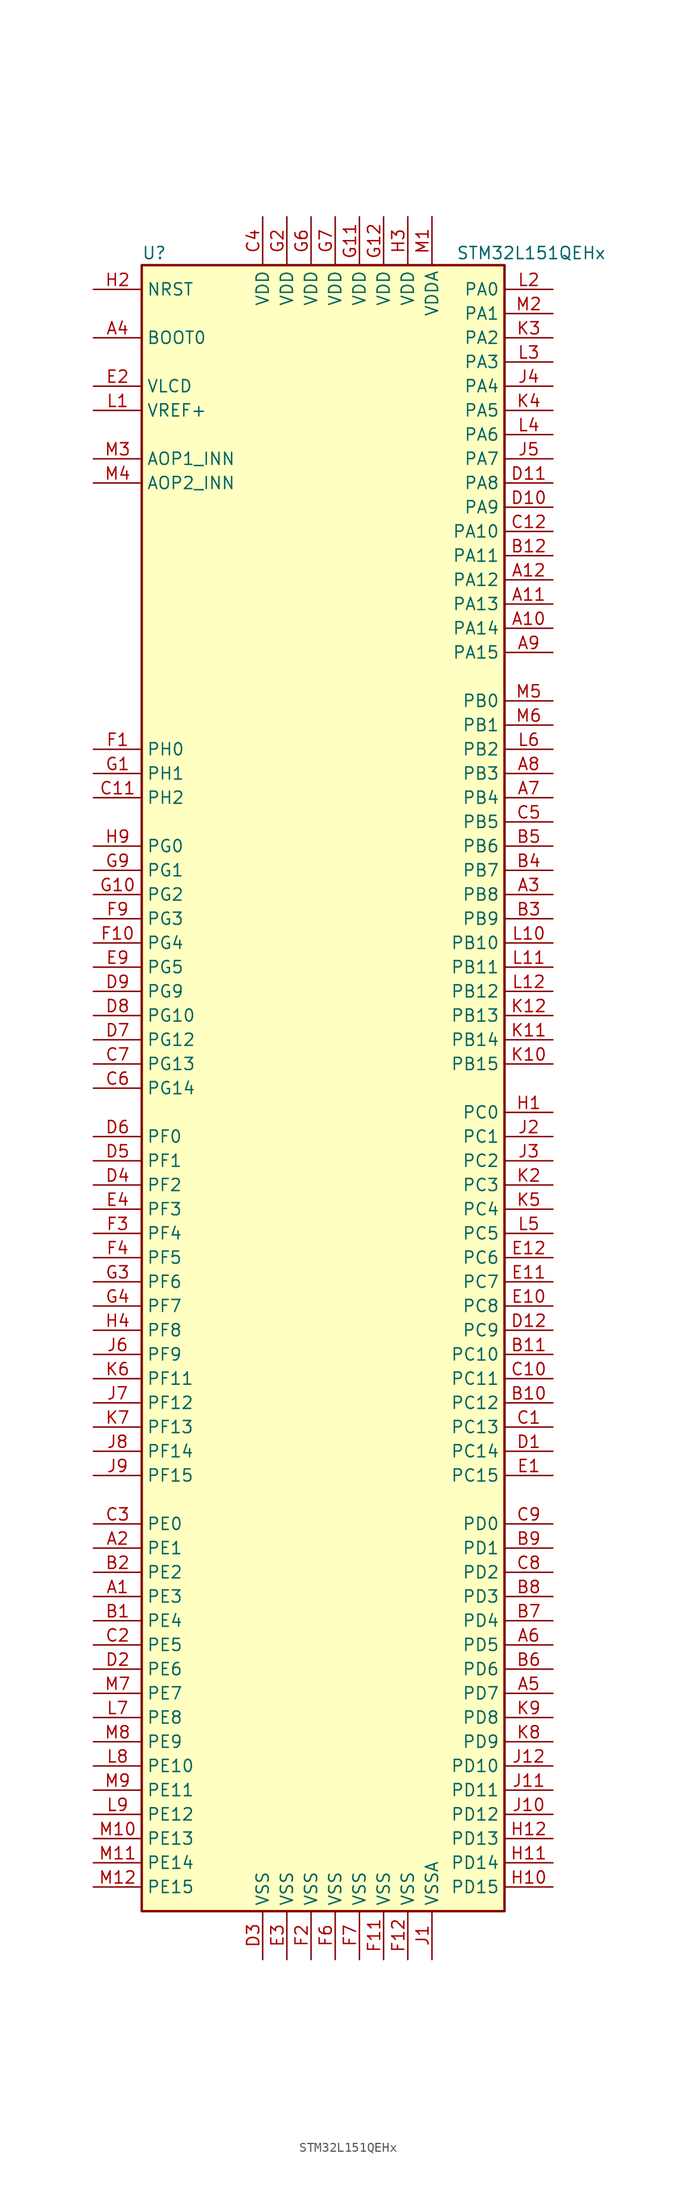
<source format=kicad_sym>
(kicad_symbol_lib
  (version 20201005)
  (generator kicad_symbol_editor)
  (symbol "STM32L151QEHx"
    (property "Reference" "U"
      (at -20.32 87.63 0)
      (effects (font (size 1.27 1.27)) (justify left)))
    (property "Value" "STM32L151QEHx"
      (at 12.7 87.63 0)
      (effects (font (size 1.27 1.27)) (justify left)))
    (symbol "STM32L151QEHx_0_1"
      (rectangle (start -20.32 -86.36) (end 17.78 86.36) (stroke (width 0.254)) (fill (type background))))
    (symbol "STM32L151QEHx_1_1"
      (pin bidirectional line (at -25.4 66.04 0) (length 5.08) (name "AOP1_INN" (effects (font (size 1.27 1.27)))) (number "M3" (effects (font (size 1.27 1.27)))))
      (pin bidirectional line (at -25.4 63.5 0) (length 5.08) (name "AOP2_INN" (effects (font (size 1.27 1.27)))) (number "M4" (effects (font (size 1.27 1.27)))))
      (pin input line (at -25.4 78.74 0) (length 5.08) (name "BOOT0" (effects (font (size 1.27 1.27)))) (number "A4" (effects (font (size 1.27 1.27)))))
      (pin no_connect line (at -20.32 -83.82 0) (length 5.08) hide (name "NC" (effects (font (size 1.27 1.27)))) (number "K1" (effects (font (size 1.27 1.27)))))
      (pin input line (at -25.4 83.82 0) (length 5.08) (name "NRST" (effects (font (size 1.27 1.27)))) (number "H2" (effects (font (size 1.27 1.27)))))
      (pin bidirectional line (at 22.86 83.82 180) (length 5.08) (name "PA0" (effects (font (size 1.27 1.27)))) (number "L2" (effects (font (size 1.27 1.27)))))
      (pin bidirectional line (at 22.86 81.28 180) (length 5.08) (name "PA1" (effects (font (size 1.27 1.27)))) (number "M2" (effects (font (size 1.27 1.27)))))
      (pin bidirectional line (at 22.86 58.42 180) (length 5.08) (name "PA10" (effects (font (size 1.27 1.27)))) (number "C12" (effects (font (size 1.27 1.27)))))
      (pin bidirectional line (at 22.86 55.88 180) (length 5.08) (name "PA11" (effects (font (size 1.27 1.27)))) (number "B12" (effects (font (size 1.27 1.27)))))
      (pin bidirectional line (at 22.86 53.34 180) (length 5.08) (name "PA12" (effects (font (size 1.27 1.27)))) (number "A12" (effects (font (size 1.27 1.27)))))
      (pin bidirectional line (at 22.86 50.8 180) (length 5.08) (name "PA13" (effects (font (size 1.27 1.27)))) (number "A11" (effects (font (size 1.27 1.27)))))
      (pin bidirectional line (at 22.86 48.26 180) (length 5.08) (name "PA14" (effects (font (size 1.27 1.27)))) (number "A10" (effects (font (size 1.27 1.27)))))
      (pin bidirectional line (at 22.86 45.72 180) (length 5.08) (name "PA15" (effects (font (size 1.27 1.27)))) (number "A9" (effects (font (size 1.27 1.27)))))
      (pin bidirectional line (at 22.86 78.74 180) (length 5.08) (name "PA2" (effects (font (size 1.27 1.27)))) (number "K3" (effects (font (size 1.27 1.27)))))
      (pin bidirectional line (at 22.86 76.2 180) (length 5.08) (name "PA3" (effects (font (size 1.27 1.27)))) (number "L3" (effects (font (size 1.27 1.27)))))
      (pin bidirectional line (at 22.86 73.66 180) (length 5.08) (name "PA4" (effects (font (size 1.27 1.27)))) (number "J4" (effects (font (size 1.27 1.27)))))
      (pin bidirectional line (at 22.86 71.12 180) (length 5.08) (name "PA5" (effects (font (size 1.27 1.27)))) (number "K4" (effects (font (size 1.27 1.27)))))
      (pin bidirectional line (at 22.86 68.58 180) (length 5.08) (name "PA6" (effects (font (size 1.27 1.27)))) (number "L4" (effects (font (size 1.27 1.27)))))
      (pin bidirectional line (at 22.86 66.04 180) (length 5.08) (name "PA7" (effects (font (size 1.27 1.27)))) (number "J5" (effects (font (size 1.27 1.27)))))
      (pin bidirectional line (at 22.86 63.5 180) (length 5.08) (name "PA8" (effects (font (size 1.27 1.27)))) (number "D11" (effects (font (size 1.27 1.27)))))
      (pin bidirectional line (at 22.86 60.96 180) (length 5.08) (name "PA9" (effects (font (size 1.27 1.27)))) (number "D10" (effects (font (size 1.27 1.27)))))
      (pin bidirectional line (at 22.86 40.64 180) (length 5.08) (name "PB0" (effects (font (size 1.27 1.27)))) (number "M5" (effects (font (size 1.27 1.27)))))
      (pin bidirectional line (at 22.86 38.1 180) (length 5.08) (name "PB1" (effects (font (size 1.27 1.27)))) (number "M6" (effects (font (size 1.27 1.27)))))
      (pin bidirectional line (at 22.86 15.24 180) (length 5.08) (name "PB10" (effects (font (size 1.27 1.27)))) (number "L10" (effects (font (size 1.27 1.27)))))
      (pin bidirectional line (at 22.86 12.7 180) (length 5.08) (name "PB11" (effects (font (size 1.27 1.27)))) (number "L11" (effects (font (size 1.27 1.27)))))
      (pin bidirectional line (at 22.86 10.16 180) (length 5.08) (name "PB12" (effects (font (size 1.27 1.27)))) (number "L12" (effects (font (size 1.27 1.27)))))
      (pin bidirectional line (at 22.86 7.62 180) (length 5.08) (name "PB13" (effects (font (size 1.27 1.27)))) (number "K12" (effects (font (size 1.27 1.27)))))
      (pin bidirectional line (at 22.86 5.08 180) (length 5.08) (name "PB14" (effects (font (size 1.27 1.27)))) (number "K11" (effects (font (size 1.27 1.27)))))
      (pin bidirectional line (at 22.86 2.54 180) (length 5.08) (name "PB15" (effects (font (size 1.27 1.27)))) (number "K10" (effects (font (size 1.27 1.27)))))
      (pin bidirectional line (at 22.86 35.56 180) (length 5.08) (name "PB2" (effects (font (size 1.27 1.27)))) (number "L6" (effects (font (size 1.27 1.27)))))
      (pin bidirectional line (at 22.86 33.02 180) (length 5.08) (name "PB3" (effects (font (size 1.27 1.27)))) (number "A8" (effects (font (size 1.27 1.27)))))
      (pin bidirectional line (at 22.86 30.48 180) (length 5.08) (name "PB4" (effects (font (size 1.27 1.27)))) (number "A7" (effects (font (size 1.27 1.27)))))
      (pin bidirectional line (at 22.86 27.94 180) (length 5.08) (name "PB5" (effects (font (size 1.27 1.27)))) (number "C5" (effects (font (size 1.27 1.27)))))
      (pin bidirectional line (at 22.86 25.4 180) (length 5.08) (name "PB6" (effects (font (size 1.27 1.27)))) (number "B5" (effects (font (size 1.27 1.27)))))
      (pin bidirectional line (at 22.86 22.86 180) (length 5.08) (name "PB7" (effects (font (size 1.27 1.27)))) (number "B4" (effects (font (size 1.27 1.27)))))
      (pin bidirectional line (at 22.86 20.32 180) (length 5.08) (name "PB8" (effects (font (size 1.27 1.27)))) (number "A3" (effects (font (size 1.27 1.27)))))
      (pin bidirectional line (at 22.86 17.78 180) (length 5.08) (name "PB9" (effects (font (size 1.27 1.27)))) (number "B3" (effects (font (size 1.27 1.27)))))
      (pin bidirectional line (at 22.86 -2.54 180) (length 5.08) (name "PC0" (effects (font (size 1.27 1.27)))) (number "H1" (effects (font (size 1.27 1.27)))))
      (pin bidirectional line (at 22.86 -5.08 180) (length 5.08) (name "PC1" (effects (font (size 1.27 1.27)))) (number "J2" (effects (font (size 1.27 1.27)))))
      (pin bidirectional line (at 22.86 -27.94 180) (length 5.08) (name "PC10" (effects (font (size 1.27 1.27)))) (number "B11" (effects (font (size 1.27 1.27)))))
      (pin bidirectional line (at 22.86 -30.48 180) (length 5.08) (name "PC11" (effects (font (size 1.27 1.27)))) (number "C10" (effects (font (size 1.27 1.27)))))
      (pin bidirectional line (at 22.86 -33.02 180) (length 5.08) (name "PC12" (effects (font (size 1.27 1.27)))) (number "B10" (effects (font (size 1.27 1.27)))))
      (pin bidirectional line (at 22.86 -35.56 180) (length 5.08) (name "PC13" (effects (font (size 1.27 1.27)))) (number "C1" (effects (font (size 1.27 1.27)))))
      (pin bidirectional line (at 22.86 -38.1 180) (length 5.08) (name "PC14" (effects (font (size 1.27 1.27)))) (number "D1" (effects (font (size 1.27 1.27)))))
      (pin bidirectional line (at 22.86 -40.64 180) (length 5.08) (name "PC15" (effects (font (size 1.27 1.27)))) (number "E1" (effects (font (size 1.27 1.27)))))
      (pin bidirectional line (at 22.86 -7.62 180) (length 5.08) (name "PC2" (effects (font (size 1.27 1.27)))) (number "J3" (effects (font (size 1.27 1.27)))))
      (pin bidirectional line (at 22.86 -10.16 180) (length 5.08) (name "PC3" (effects (font (size 1.27 1.27)))) (number "K2" (effects (font (size 1.27 1.27)))))
      (pin bidirectional line (at 22.86 -12.7 180) (length 5.08) (name "PC4" (effects (font (size 1.27 1.27)))) (number "K5" (effects (font (size 1.27 1.27)))))
      (pin bidirectional line (at 22.86 -15.24 180) (length 5.08) (name "PC5" (effects (font (size 1.27 1.27)))) (number "L5" (effects (font (size 1.27 1.27)))))
      (pin bidirectional line (at 22.86 -17.78 180) (length 5.08) (name "PC6" (effects (font (size 1.27 1.27)))) (number "E12" (effects (font (size 1.27 1.27)))))
      (pin bidirectional line (at 22.86 -20.32 180) (length 5.08) (name "PC7" (effects (font (size 1.27 1.27)))) (number "E11" (effects (font (size 1.27 1.27)))))
      (pin bidirectional line (at 22.86 -22.86 180) (length 5.08) (name "PC8" (effects (font (size 1.27 1.27)))) (number "E10" (effects (font (size 1.27 1.27)))))
      (pin bidirectional line (at 22.86 -25.4 180) (length 5.08) (name "PC9" (effects (font (size 1.27 1.27)))) (number "D12" (effects (font (size 1.27 1.27)))))
      (pin bidirectional line (at 22.86 -45.72 180) (length 5.08) (name "PD0" (effects (font (size 1.27 1.27)))) (number "C9" (effects (font (size 1.27 1.27)))))
      (pin bidirectional line (at 22.86 -48.26 180) (length 5.08) (name "PD1" (effects (font (size 1.27 1.27)))) (number "B9" (effects (font (size 1.27 1.27)))))
      (pin bidirectional line (at 22.86 -71.12 180) (length 5.08) (name "PD10" (effects (font (size 1.27 1.27)))) (number "J12" (effects (font (size 1.27 1.27)))))
      (pin bidirectional line (at 22.86 -73.66 180) (length 5.08) (name "PD11" (effects (font (size 1.27 1.27)))) (number "J11" (effects (font (size 1.27 1.27)))))
      (pin bidirectional line (at 22.86 -76.2 180) (length 5.08) (name "PD12" (effects (font (size 1.27 1.27)))) (number "J10" (effects (font (size 1.27 1.27)))))
      (pin bidirectional line (at 22.86 -78.74 180) (length 5.08) (name "PD13" (effects (font (size 1.27 1.27)))) (number "H12" (effects (font (size 1.27 1.27)))))
      (pin bidirectional line (at 22.86 -81.28 180) (length 5.08) (name "PD14" (effects (font (size 1.27 1.27)))) (number "H11" (effects (font (size 1.27 1.27)))))
      (pin bidirectional line (at 22.86 -83.82 180) (length 5.08) (name "PD15" (effects (font (size 1.27 1.27)))) (number "H10" (effects (font (size 1.27 1.27)))))
      (pin bidirectional line (at 22.86 -50.8 180) (length 5.08) (name "PD2" (effects (font (size 1.27 1.27)))) (number "C8" (effects (font (size 1.27 1.27)))))
      (pin bidirectional line (at 22.86 -53.34 180) (length 5.08) (name "PD3" (effects (font (size 1.27 1.27)))) (number "B8" (effects (font (size 1.27 1.27)))))
      (pin bidirectional line (at 22.86 -55.88 180) (length 5.08) (name "PD4" (effects (font (size 1.27 1.27)))) (number "B7" (effects (font (size 1.27 1.27)))))
      (pin bidirectional line (at 22.86 -58.42 180) (length 5.08) (name "PD5" (effects (font (size 1.27 1.27)))) (number "A6" (effects (font (size 1.27 1.27)))))
      (pin bidirectional line (at 22.86 -60.96 180) (length 5.08) (name "PD6" (effects (font (size 1.27 1.27)))) (number "B6" (effects (font (size 1.27 1.27)))))
      (pin bidirectional line (at 22.86 -63.5 180) (length 5.08) (name "PD7" (effects (font (size 1.27 1.27)))) (number "A5" (effects (font (size 1.27 1.27)))))
      (pin bidirectional line (at 22.86 -66.04 180) (length 5.08) (name "PD8" (effects (font (size 1.27 1.27)))) (number "K9" (effects (font (size 1.27 1.27)))))
      (pin bidirectional line (at 22.86 -68.58 180) (length 5.08) (name "PD9" (effects (font (size 1.27 1.27)))) (number "K8" (effects (font (size 1.27 1.27)))))
      (pin bidirectional line (at -25.4 -45.72 0) (length 5.08) (name "PE0" (effects (font (size 1.27 1.27)))) (number "C3" (effects (font (size 1.27 1.27)))))
      (pin bidirectional line (at -25.4 -48.26 0) (length 5.08) (name "PE1" (effects (font (size 1.27 1.27)))) (number "A2" (effects (font (size 1.27 1.27)))))
      (pin bidirectional line (at -25.4 -71.12 0) (length 5.08) (name "PE10" (effects (font (size 1.27 1.27)))) (number "L8" (effects (font (size 1.27 1.27)))))
      (pin bidirectional line (at -25.4 -73.66 0) (length 5.08) (name "PE11" (effects (font (size 1.27 1.27)))) (number "M9" (effects (font (size 1.27 1.27)))))
      (pin bidirectional line (at -25.4 -76.2 0) (length 5.08) (name "PE12" (effects (font (size 1.27 1.27)))) (number "L9" (effects (font (size 1.27 1.27)))))
      (pin bidirectional line (at -25.4 -78.74 0) (length 5.08) (name "PE13" (effects (font (size 1.27 1.27)))) (number "M10" (effects (font (size 1.27 1.27)))))
      (pin bidirectional line (at -25.4 -81.28 0) (length 5.08) (name "PE14" (effects (font (size 1.27 1.27)))) (number "M11" (effects (font (size 1.27 1.27)))))
      (pin bidirectional line (at -25.4 -83.82 0) (length 5.08) (name "PE15" (effects (font (size 1.27 1.27)))) (number "M12" (effects (font (size 1.27 1.27)))))
      (pin bidirectional line (at -25.4 -50.8 0) (length 5.08) (name "PE2" (effects (font (size 1.27 1.27)))) (number "B2" (effects (font (size 1.27 1.27)))))
      (pin bidirectional line (at -25.4 -53.34 0) (length 5.08) (name "PE3" (effects (font (size 1.27 1.27)))) (number "A1" (effects (font (size 1.27 1.27)))))
      (pin bidirectional line (at -25.4 -55.88 0) (length 5.08) (name "PE4" (effects (font (size 1.27 1.27)))) (number "B1" (effects (font (size 1.27 1.27)))))
      (pin bidirectional line (at -25.4 -58.42 0) (length 5.08) (name "PE5" (effects (font (size 1.27 1.27)))) (number "C2" (effects (font (size 1.27 1.27)))))
      (pin bidirectional line (at -25.4 -60.96 0) (length 5.08) (name "PE6" (effects (font (size 1.27 1.27)))) (number "D2" (effects (font (size 1.27 1.27)))))
      (pin bidirectional line (at -25.4 -63.5 0) (length 5.08) (name "PE7" (effects (font (size 1.27 1.27)))) (number "M7" (effects (font (size 1.27 1.27)))))
      (pin bidirectional line (at -25.4 -66.04 0) (length 5.08) (name "PE8" (effects (font (size 1.27 1.27)))) (number "L7" (effects (font (size 1.27 1.27)))))
      (pin bidirectional line (at -25.4 -68.58 0) (length 5.08) (name "PE9" (effects (font (size 1.27 1.27)))) (number "M8" (effects (font (size 1.27 1.27)))))
      (pin bidirectional line (at -25.4 -5.08 0) (length 5.08) (name "PF0" (effects (font (size 1.27 1.27)))) (number "D6" (effects (font (size 1.27 1.27)))))
      (pin bidirectional line (at -25.4 -7.62 0) (length 5.08) (name "PF1" (effects (font (size 1.27 1.27)))) (number "D5" (effects (font (size 1.27 1.27)))))
      (pin bidirectional line (at -25.4 -30.48 0) (length 5.08) (name "PF11" (effects (font (size 1.27 1.27)))) (number "K6" (effects (font (size 1.27 1.27)))))
      (pin bidirectional line (at -25.4 -33.02 0) (length 5.08) (name "PF12" (effects (font (size 1.27 1.27)))) (number "J7" (effects (font (size 1.27 1.27)))))
      (pin bidirectional line (at -25.4 -35.56 0) (length 5.08) (name "PF13" (effects (font (size 1.27 1.27)))) (number "K7" (effects (font (size 1.27 1.27)))))
      (pin bidirectional line (at -25.4 -38.1 0) (length 5.08) (name "PF14" (effects (font (size 1.27 1.27)))) (number "J8" (effects (font (size 1.27 1.27)))))
      (pin bidirectional line (at -25.4 -40.64 0) (length 5.08) (name "PF15" (effects (font (size 1.27 1.27)))) (number "J9" (effects (font (size 1.27 1.27)))))
      (pin bidirectional line (at -25.4 -10.16 0) (length 5.08) (name "PF2" (effects (font (size 1.27 1.27)))) (number "D4" (effects (font (size 1.27 1.27)))))
      (pin bidirectional line (at -25.4 -12.7 0) (length 5.08) (name "PF3" (effects (font (size 1.27 1.27)))) (number "E4" (effects (font (size 1.27 1.27)))))
      (pin bidirectional line (at -25.4 -15.24 0) (length 5.08) (name "PF4" (effects (font (size 1.27 1.27)))) (number "F3" (effects (font (size 1.27 1.27)))))
      (pin bidirectional line (at -25.4 -17.78 0) (length 5.08) (name "PF5" (effects (font (size 1.27 1.27)))) (number "F4" (effects (font (size 1.27 1.27)))))
      (pin bidirectional line (at -25.4 -20.32 0) (length 5.08) (name "PF6" (effects (font (size 1.27 1.27)))) (number "G3" (effects (font (size 1.27 1.27)))))
      (pin bidirectional line (at -25.4 -22.86 0) (length 5.08) (name "PF7" (effects (font (size 1.27 1.27)))) (number "G4" (effects (font (size 1.27 1.27)))))
      (pin bidirectional line (at -25.4 -25.4 0) (length 5.08) (name "PF8" (effects (font (size 1.27 1.27)))) (number "H4" (effects (font (size 1.27 1.27)))))
      (pin bidirectional line (at -25.4 -27.94 0) (length 5.08) (name "PF9" (effects (font (size 1.27 1.27)))) (number "J6" (effects (font (size 1.27 1.27)))))
      (pin bidirectional line (at -25.4 25.4 0) (length 5.08) (name "PG0" (effects (font (size 1.27 1.27)))) (number "H9" (effects (font (size 1.27 1.27)))))
      (pin bidirectional line (at -25.4 22.86 0) (length 5.08) (name "PG1" (effects (font (size 1.27 1.27)))) (number "G9" (effects (font (size 1.27 1.27)))))
      (pin bidirectional line (at -25.4 7.62 0) (length 5.08) (name "PG10" (effects (font (size 1.27 1.27)))) (number "D8" (effects (font (size 1.27 1.27)))))
      (pin bidirectional line (at -25.4 5.08 0) (length 5.08) (name "PG12" (effects (font (size 1.27 1.27)))) (number "D7" (effects (font (size 1.27 1.27)))))
      (pin bidirectional line (at -25.4 2.54 0) (length 5.08) (name "PG13" (effects (font (size 1.27 1.27)))) (number "C7" (effects (font (size 1.27 1.27)))))
      (pin bidirectional line (at -25.4 0 0) (length 5.08) (name "PG14" (effects (font (size 1.27 1.27)))) (number "C6" (effects (font (size 1.27 1.27)))))
      (pin bidirectional line (at -25.4 20.32 0) (length 5.08) (name "PG2" (effects (font (size 1.27 1.27)))) (number "G10" (effects (font (size 1.27 1.27)))))
      (pin bidirectional line (at -25.4 17.78 0) (length 5.08) (name "PG3" (effects (font (size 1.27 1.27)))) (number "F9" (effects (font (size 1.27 1.27)))))
      (pin bidirectional line (at -25.4 15.24 0) (length 5.08) (name "PG4" (effects (font (size 1.27 1.27)))) (number "F10" (effects (font (size 1.27 1.27)))))
      (pin bidirectional line (at -25.4 12.7 0) (length 5.08) (name "PG5" (effects (font (size 1.27 1.27)))) (number "E9" (effects (font (size 1.27 1.27)))))
      (pin bidirectional line (at -25.4 10.16 0) (length 5.08) (name "PG9" (effects (font (size 1.27 1.27)))) (number "D9" (effects (font (size 1.27 1.27)))))
      (pin input line (at -25.4 35.56 0) (length 5.08) (name "PH0" (effects (font (size 1.27 1.27)))) (number "F1" (effects (font (size 1.27 1.27)))))
      (pin input line (at -25.4 33.02 0) (length 5.08) (name "PH1" (effects (font (size 1.27 1.27)))) (number "G1" (effects (font (size 1.27 1.27)))))
      (pin bidirectional line (at -25.4 30.48 0) (length 5.08) (name "PH2" (effects (font (size 1.27 1.27)))) (number "C11" (effects (font (size 1.27 1.27)))))
      (pin power_in line (at -7.62 91.44 270) (length 5.08) (name "VDD" (effects (font (size 1.27 1.27)))) (number "C4" (effects (font (size 1.27 1.27)))))
      (pin power_in line (at 2.54 91.44 270) (length 5.08) (name "VDD" (effects (font (size 1.27 1.27)))) (number "G11" (effects (font (size 1.27 1.27)))))
      (pin power_in line (at 5.08 91.44 270) (length 5.08) (name "VDD" (effects (font (size 1.27 1.27)))) (number "G12" (effects (font (size 1.27 1.27)))))
      (pin power_in line (at -5.08 91.44 270) (length 5.08) (name "VDD" (effects (font (size 1.27 1.27)))) (number "G2" (effects (font (size 1.27 1.27)))))
      (pin power_in line (at -2.54 91.44 270) (length 5.08) (name "VDD" (effects (font (size 1.27 1.27)))) (number "G6" (effects (font (size 1.27 1.27)))))
      (pin power_in line (at 0 91.44 270) (length 5.08) (name "VDD" (effects (font (size 1.27 1.27)))) (number "G7" (effects (font (size 1.27 1.27)))))
      (pin power_in line (at 7.62 91.44 270) (length 5.08) (name "VDD" (effects (font (size 1.27 1.27)))) (number "H3" (effects (font (size 1.27 1.27)))))
      (pin power_in line (at 10.16 91.44 270) (length 5.08) (name "VDDA" (effects (font (size 1.27 1.27)))) (number "M1" (effects (font (size 1.27 1.27)))))
      (pin power_in line (at -25.4 73.66 0) (length 5.08) (name "VLCD" (effects (font (size 1.27 1.27)))) (number "E2" (effects (font (size 1.27 1.27)))))
      (pin power_in line (at -25.4 71.12 0) (length 5.08) (name "VREF+" (effects (font (size 1.27 1.27)))) (number "L1" (effects (font (size 1.27 1.27)))))
      (pin power_in line (at -7.62 -91.44 90) (length 5.08) (name "VSS" (effects (font (size 1.27 1.27)))) (number "D3" (effects (font (size 1.27 1.27)))))
      (pin power_in line (at -5.08 -91.44 90) (length 5.08) (name "VSS" (effects (font (size 1.27 1.27)))) (number "E3" (effects (font (size 1.27 1.27)))))
      (pin power_in line (at 5.08 -91.44 90) (length 5.08) (name "VSS" (effects (font (size 1.27 1.27)))) (number "F11" (effects (font (size 1.27 1.27)))))
      (pin power_in line (at 7.62 -91.44 90) (length 5.08) (name "VSS" (effects (font (size 1.27 1.27)))) (number "F12" (effects (font (size 1.27 1.27)))))
      (pin power_in line (at -2.54 -91.44 90) (length 5.08) (name "VSS" (effects (font (size 1.27 1.27)))) (number "F2" (effects (font (size 1.27 1.27)))))
      (pin power_in line (at 0 -91.44 90) (length 5.08) (name "VSS" (effects (font (size 1.27 1.27)))) (number "F6" (effects (font (size 1.27 1.27)))))
      (pin power_in line (at 2.54 -91.44 90) (length 5.08) (name "VSS" (effects (font (size 1.27 1.27)))) (number "F7" (effects (font (size 1.27 1.27)))))
      (pin power_in line (at 10.16 -91.44 90) (length 5.08) (name "VSSA" (effects (font (size 1.27 1.27)))) (number "J1" (effects (font (size 1.27 1.27))))))))
</source>
